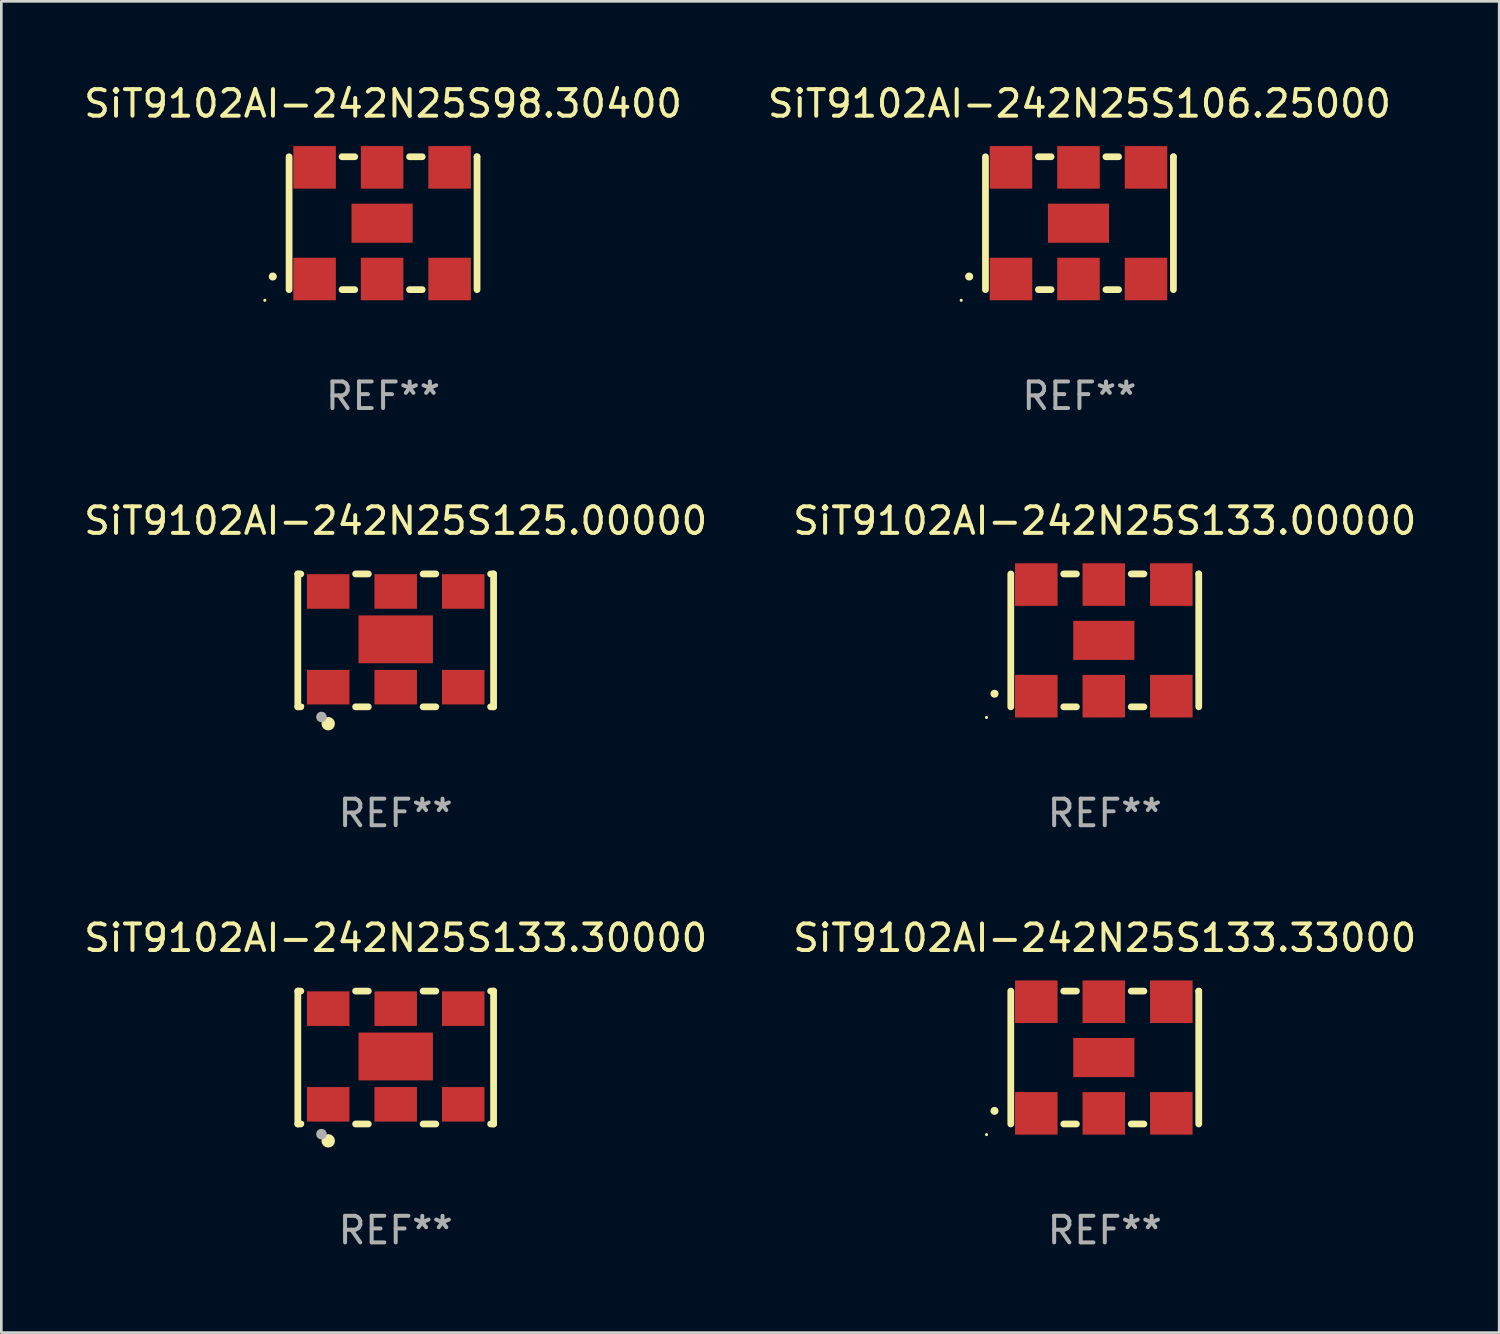
<source format=kicad_pcb>
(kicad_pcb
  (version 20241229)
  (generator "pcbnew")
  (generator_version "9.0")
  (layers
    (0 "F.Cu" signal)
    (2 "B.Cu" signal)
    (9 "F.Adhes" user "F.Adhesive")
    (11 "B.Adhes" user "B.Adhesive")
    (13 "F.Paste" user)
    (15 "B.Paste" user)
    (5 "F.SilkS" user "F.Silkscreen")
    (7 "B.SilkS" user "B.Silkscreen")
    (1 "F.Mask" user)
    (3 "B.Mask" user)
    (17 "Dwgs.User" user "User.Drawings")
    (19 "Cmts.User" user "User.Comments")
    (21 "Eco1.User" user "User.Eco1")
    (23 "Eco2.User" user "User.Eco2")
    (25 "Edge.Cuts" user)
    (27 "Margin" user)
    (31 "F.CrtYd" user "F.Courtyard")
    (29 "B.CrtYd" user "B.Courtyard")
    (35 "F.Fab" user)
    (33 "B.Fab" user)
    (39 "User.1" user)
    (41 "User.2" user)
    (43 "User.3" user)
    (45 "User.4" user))
  (footprint "SiT9102AI-242N25S125.00000"
    (layer "F.Cu")
    (at 11.839 21.045)
    (property "Reference" "SiT9102AI-242N25S125.00000" (at 0 -4.5 0) (layer "F.SilkS") (effects (font (size 1 1) (thickness 0.15))))
    (attr through_hole)
    (fp_line (start -3.683 -2.5) (end -3.571 -2.5) (stroke (width 0.254) (type solid)) (layer "F.SilkS"))
    (fp_line (start -3.683 2.5) (end -3.683 -2.5) (stroke (width 0.254) (type solid)) (layer "F.SilkS"))
    (fp_line (start -3.683 2.5) (end -3.571 2.5) (stroke (width 0.254) (type solid)) (layer "F.SilkS"))
    (fp_line (start -1.509 -2.5) (end -1.031 -2.5) (stroke (width 0.254) (type solid)) (layer "F.SilkS"))
    (fp_line (start -1.509 2.5) (end -1.031 2.5) (stroke (width 0.254) (type solid)) (layer "F.SilkS"))
    (fp_line (start 1.031 -2.5) (end 1.509 -2.5) (stroke (width 0.254) (type solid)) (layer "F.SilkS"))
    (fp_line (start 1.031 2.5) (end 1.509 2.5) (stroke (width 0.254) (type solid)) (layer "F.SilkS"))
    (fp_line (start 3.571 -2.5) (end 3.683 -2.5) (stroke (width 0.254) (type solid)) (layer "F.SilkS"))
    (fp_line (start 3.571 2.5) (end 3.683 2.5) (stroke (width 0.254) (type solid)) (layer "F.SilkS"))
    (fp_line (start 3.683 2.5) (end 3.683 -2.5) (stroke (width 0.254) (type solid)) (layer "F.SilkS"))
    (fp_circle (center -3.5 2.46) (end -3.47 2.46) (stroke (width 0.06) (type solid)) (fill no) (layer "F.SilkS"))
    (fp_circle (center -2.54 3.135) (end -2.413 3.135) (stroke (width 0.254) (type solid)) (fill no) (layer "F.SilkS"))
    (fp_circle (center -2.794 2.881) (end -2.694 2.881) (stroke (width 0.2) (type solid)) (fill no) (layer "F.Fab"))
    (fp_text user "REF**" (at 0 6.5 0) (layer "F.Fab") (effects (font (size 1 1) (thickness 0.15))))
    (pad "1" smd rect (at -2.54 1.76) (size 1.6 1.3) (layers "F.Cu" "F.Mask" "F.Paste"))
    (pad "2" smd rect (at 0 1.76) (size 1.6 1.3) (layers "F.Cu" "F.Mask" "F.Paste"))
    (pad "3" smd rect (at 2.54 1.76) (size 1.6 1.3) (layers "F.Cu" "F.Mask" "F.Paste"))
    (pad "4" smd rect (at 2.54 -1.84) (size 1.6 1.3) (layers "F.Cu" "F.Mask" "F.Paste"))
    (pad "5" smd rect (at 0 -1.84) (size 1.6 1.3) (layers "F.Cu" "F.Mask" "F.Paste"))
    (pad "6" smd rect (at -2.54 -1.84) (size 1.6 1.3) (layers "F.Cu" "F.Mask" "F.Paste"))
    (pad "7" smd rect (at 0 -0.04) (size 2.8 1.8) (layers "F.Cu" "F.Mask" "F.Paste")))
  (footprint "SiT9102AI-242N25S106.25000"
    (layer "F.Cu")
    (at 37.565 5.348)
    (property "Reference" "SiT9102AI-242N25S106.25000" (at 0 -4.5 0) (layer "F.SilkS") (effects (font (size 1 1) (thickness 0.15))))
    (attr through_hole)
    (fp_line (start -3.536 -2.5) (end -3.536 2.5) (stroke (width 0.254) (type solid)) (layer "F.SilkS"))
    (fp_line (start -1.544 2.5) (end -1.067 2.5) (stroke (width 0.254) (type solid)) (layer "F.SilkS"))
    (fp_line (start -1.067 -2.5) (end -1.544 -2.5) (stroke (width 0.254) (type solid)) (layer "F.SilkS"))
    (fp_line (start 0.996 2.5) (end 1.473 2.5) (stroke (width 0.254) (type solid)) (layer "F.SilkS"))
    (fp_line (start 1.473 -2.5) (end 0.996 -2.5) (stroke (width 0.254) (type solid)) (layer "F.SilkS"))
    (fp_line (start 3.536 -2.5) (end 3.536 -2.5) (stroke (width 0.254) (type solid)) (layer "F.SilkS"))
    (fp_line (start 3.536 2.5) (end 3.536 -2.5) (stroke (width 0.254) (type solid)) (layer "F.SilkS"))
    (fp_arc (start -4.150432 2.006604) (mid -4.149162 2.006599) (end -4.147892 2.006604) (stroke (width 0.3) (type solid)) (layer "F.SilkS"))
    (fp_circle (center -4.449 2.9) (end -4.419 2.9) (stroke (width 0.06) (type solid)) (fill no) (layer "F.SilkS"))
    (fp_text user "REF**" (at 0 6.5 0) (layer "F.Fab") (effects (font (size 1 1) (thickness 0.15))))
    (pad "1" smd rect (at -2.576 2.1) (size 1.6 1.6) (layers "F.Cu" "F.Mask" "F.Paste"))
    (pad "2" smd rect (at -0.036 2.1) (size 1.6 1.6) (layers "F.Cu" "F.Mask" "F.Paste"))
    (pad "3" smd rect (at 2.504 2.1) (size 1.6 1.6) (layers "F.Cu" "F.Mask" "F.Paste"))
    (pad "4" smd rect (at 2.504 -2.1) (size 1.6 1.6) (layers "F.Cu" "F.Mask" "F.Paste"))
    (pad "5" smd rect (at -0.036 -2.1) (size 1.6 1.6) (layers "F.Cu" "F.Mask" "F.Paste"))
    (pad "6" smd rect (at -2.576 -2.1) (size 1.6 1.6) (layers "F.Cu" "F.Mask" "F.Paste"))
    (pad "7" smd rect (at -0.036 0) (size 2.3 1.47) (layers "F.Cu" "F.Mask" "F.Paste")))
  (footprint "SiT9102AI-242N25S133.30000"
    (layer "F.Cu")
    (at 11.839 36.741)
    (property "Reference" "SiT9102AI-242N25S133.30000" (at 0 -4.5 0) (layer "F.SilkS") (effects (font (size 1 1) (thickness 0.15))))
    (attr through_hole)
    (fp_line (start -3.683 -2.5) (end -3.571 -2.5) (stroke (width 0.254) (type solid)) (layer "F.SilkS"))
    (fp_line (start -3.683 2.5) (end -3.683 -2.5) (stroke (width 0.254) (type solid)) (layer "F.SilkS"))
    (fp_line (start -3.683 2.5) (end -3.571 2.5) (stroke (width 0.254) (type solid)) (layer "F.SilkS"))
    (fp_line (start -1.509 -2.5) (end -1.031 -2.5) (stroke (width 0.254) (type solid)) (layer "F.SilkS"))
    (fp_line (start -1.509 2.5) (end -1.031 2.5) (stroke (width 0.254) (type solid)) (layer "F.SilkS"))
    (fp_line (start 1.031 -2.5) (end 1.509 -2.5) (stroke (width 0.254) (type solid)) (layer "F.SilkS"))
    (fp_line (start 1.031 2.5) (end 1.509 2.5) (stroke (width 0.254) (type solid)) (layer "F.SilkS"))
    (fp_line (start 3.571 -2.5) (end 3.683 -2.5) (stroke (width 0.254) (type solid)) (layer "F.SilkS"))
    (fp_line (start 3.571 2.5) (end 3.683 2.5) (stroke (width 0.254) (type solid)) (layer "F.SilkS"))
    (fp_line (start 3.683 2.5) (end 3.683 -2.5) (stroke (width 0.254) (type solid)) (layer "F.SilkS"))
    (fp_circle (center -3.5 2.46) (end -3.47 2.46) (stroke (width 0.06) (type solid)) (fill no) (layer "F.SilkS"))
    (fp_circle (center -2.54 3.135) (end -2.413 3.135) (stroke (width 0.254) (type solid)) (fill no) (layer "F.SilkS"))
    (fp_circle (center -2.794 2.881) (end -2.694 2.881) (stroke (width 0.2) (type solid)) (fill no) (layer "F.Fab"))
    (fp_text user "REF**" (at 0 6.5 0) (layer "F.Fab") (effects (font (size 1 1) (thickness 0.15))))
    (pad "1" smd rect (at -2.54 1.76) (size 1.6 1.3) (layers "F.Cu" "F.Mask" "F.Paste"))
    (pad "2" smd rect (at 0 1.76) (size 1.6 1.3) (layers "F.Cu" "F.Mask" "F.Paste"))
    (pad "3" smd rect (at 2.54 1.76) (size 1.6 1.3) (layers "F.Cu" "F.Mask" "F.Paste"))
    (pad "4" smd rect (at 2.54 -1.84) (size 1.6 1.3) (layers "F.Cu" "F.Mask" "F.Paste"))
    (pad "5" smd rect (at 0 -1.84) (size 1.6 1.3) (layers "F.Cu" "F.Mask" "F.Paste"))
    (pad "6" smd rect (at -2.54 -1.84) (size 1.6 1.3) (layers "F.Cu" "F.Mask" "F.Paste"))
    (pad "7" smd rect (at 0 -0.04) (size 2.8 1.8) (layers "F.Cu" "F.Mask" "F.Paste")))
  (footprint "SiT9102AI-242N25S133.33000"
    (layer "F.Cu")
    (at 38.518 36.741)
    (property "Reference" "SiT9102AI-242N25S133.33000" (at 0 -4.5 0) (layer "F.SilkS") (effects (font (size 1 1) (thickness 0.15))))
    (attr through_hole)
    (fp_line (start -3.536 -2.5) (end -3.536 2.5) (stroke (width 0.254) (type solid)) (layer "F.SilkS"))
    (fp_line (start -1.544 2.5) (end -1.067 2.5) (stroke (width 0.254) (type solid)) (layer "F.SilkS"))
    (fp_line (start -1.067 -2.5) (end -1.544 -2.5) (stroke (width 0.254) (type solid)) (layer "F.SilkS"))
    (fp_line (start 0.996 2.5) (end 1.473 2.5) (stroke (width 0.254) (type solid)) (layer "F.SilkS"))
    (fp_line (start 1.473 -2.5) (end 0.996 -2.5) (stroke (width 0.254) (type solid)) (layer "F.SilkS"))
    (fp_line (start 3.536 -2.5) (end 3.536 -2.5) (stroke (width 0.254) (type solid)) (layer "F.SilkS"))
    (fp_line (start 3.536 2.5) (end 3.536 -2.5) (stroke (width 0.254) (type solid)) (layer "F.SilkS"))
    (fp_arc (start -4.150432 2.006604) (mid -4.149162 2.006599) (end -4.147892 2.006604) (stroke (width 0.3) (type solid)) (layer "F.SilkS"))
    (fp_circle (center -4.449 2.9) (end -4.419 2.9) (stroke (width 0.06) (type solid)) (fill no) (layer "F.SilkS"))
    (fp_text user "REF**" (at 0 6.5 0) (layer "F.Fab") (effects (font (size 1 1) (thickness 0.15))))
    (pad "1" smd rect (at -2.576 2.1) (size 1.6 1.6) (layers "F.Cu" "F.Mask" "F.Paste"))
    (pad "2" smd rect (at -0.036 2.1) (size 1.6 1.6) (layers "F.Cu" "F.Mask" "F.Paste"))
    (pad "3" smd rect (at 2.504 2.1) (size 1.6 1.6) (layers "F.Cu" "F.Mask" "F.Paste"))
    (pad "4" smd rect (at 2.504 -2.1) (size 1.6 1.6) (layers "F.Cu" "F.Mask" "F.Paste"))
    (pad "5" smd rect (at -0.036 -2.1) (size 1.6 1.6) (layers "F.Cu" "F.Mask" "F.Paste"))
    (pad "6" smd rect (at -2.576 -2.1) (size 1.6 1.6) (layers "F.Cu" "F.Mask" "F.Paste"))
    (pad "7" smd rect (at -0.036 0) (size 2.3 1.47) (layers "F.Cu" "F.Mask" "F.Paste")))
  (footprint "SiT9102AI-242N25S98.30400"
    (layer "F.Cu")
    (at 11.363 5.348)
    (property "Reference" "SiT9102AI-242N25S98.30400" (at 0 -4.5 0) (layer "F.SilkS") (effects (font (size 1 1) (thickness 0.15))))
    (attr through_hole)
    (fp_line (start -3.536 -2.5) (end -3.536 2.5) (stroke (width 0.254) (type solid)) (layer "F.SilkS"))
    (fp_line (start -1.544 2.5) (end -1.067 2.5) (stroke (width 0.254) (type solid)) (layer "F.SilkS"))
    (fp_line (start -1.067 -2.5) (end -1.544 -2.5) (stroke (width 0.254) (type solid)) (layer "F.SilkS"))
    (fp_line (start 0.996 2.5) (end 1.473 2.5) (stroke (width 0.254) (type solid)) (layer "F.SilkS"))
    (fp_line (start 1.473 -2.5) (end 0.996 -2.5) (stroke (width 0.254) (type solid)) (layer "F.SilkS"))
    (fp_line (start 3.536 -2.5) (end 3.536 -2.5) (stroke (width 0.254) (type solid)) (layer "F.SilkS"))
    (fp_line (start 3.536 2.5) (end 3.536 -2.5) (stroke (width 0.254) (type solid)) (layer "F.SilkS"))
    (fp_arc (start -4.150432 2.006604) (mid -4.149162 2.006599) (end -4.147892 2.006604) (stroke (width 0.3) (type solid)) (layer "F.SilkS"))
    (fp_circle (center -4.449 2.9) (end -4.419 2.9) (stroke (width 0.06) (type solid)) (fill no) (layer "F.SilkS"))
    (fp_text user "REF**" (at 0 6.5 0) (layer "F.Fab") (effects (font (size 1 1) (thickness 0.15))))
    (pad "1" smd rect (at -2.576 2.1) (size 1.6 1.6) (layers "F.Cu" "F.Mask" "F.Paste"))
    (pad "2" smd rect (at -0.036 2.1) (size 1.6 1.6) (layers "F.Cu" "F.Mask" "F.Paste"))
    (pad "3" smd rect (at 2.504 2.1) (size 1.6 1.6) (layers "F.Cu" "F.Mask" "F.Paste"))
    (pad "4" smd rect (at 2.504 -2.1) (size 1.6 1.6) (layers "F.Cu" "F.Mask" "F.Paste"))
    (pad "5" smd rect (at -0.036 -2.1) (size 1.6 1.6) (layers "F.Cu" "F.Mask" "F.Paste"))
    (pad "6" smd rect (at -2.576 -2.1) (size 1.6 1.6) (layers "F.Cu" "F.Mask" "F.Paste"))
    (pad "7" smd rect (at -0.036 0) (size 2.3 1.47) (layers "F.Cu" "F.Mask" "F.Paste")))
  (footprint "SiT9102AI-242N25S133.00000"
    (layer "F.Cu")
    (at 38.518 21.045)
    (property "Reference" "SiT9102AI-242N25S133.00000" (at 0 -4.5 0) (layer "F.SilkS") (effects (font (size 1 1) (thickness 0.15))))
    (attr through_hole)
    (fp_line (start -3.536 -2.5) (end -3.536 2.5) (stroke (width 0.254) (type solid)) (layer "F.SilkS"))
    (fp_line (start -1.544 2.5) (end -1.067 2.5) (stroke (width 0.254) (type solid)) (layer "F.SilkS"))
    (fp_line (start -1.067 -2.5) (end -1.544 -2.5) (stroke (width 0.254) (type solid)) (layer "F.SilkS"))
    (fp_line (start 0.996 2.5) (end 1.473 2.5) (stroke (width 0.254) (type solid)) (layer "F.SilkS"))
    (fp_line (start 1.473 -2.5) (end 0.996 -2.5) (stroke (width 0.254) (type solid)) (layer "F.SilkS"))
    (fp_line (start 3.536 -2.5) (end 3.536 -2.5) (stroke (width 0.254) (type solid)) (layer "F.SilkS"))
    (fp_line (start 3.536 2.5) (end 3.536 -2.5) (stroke (width 0.254) (type solid)) (layer "F.SilkS"))
    (fp_arc (start -4.150432 2.006604) (mid -4.149162 2.006599) (end -4.147892 2.006604) (stroke (width 0.3) (type solid)) (layer "F.SilkS"))
    (fp_circle (center -4.449 2.9) (end -4.419 2.9) (stroke (width 0.06) (type solid)) (fill no) (layer "F.SilkS"))
    (fp_text user "REF**" (at 0 6.5 0) (layer "F.Fab") (effects (font (size 1 1) (thickness 0.15))))
    (pad "1" smd rect (at -2.576 2.1) (size 1.6 1.6) (layers "F.Cu" "F.Mask" "F.Paste"))
    (pad "2" smd rect (at -0.036 2.1) (size 1.6 1.6) (layers "F.Cu" "F.Mask" "F.Paste"))
    (pad "3" smd rect (at 2.504 2.1) (size 1.6 1.6) (layers "F.Cu" "F.Mask" "F.Paste"))
    (pad "4" smd rect (at 2.504 -2.1) (size 1.6 1.6) (layers "F.Cu" "F.Mask" "F.Paste"))
    (pad "5" smd rect (at -0.036 -2.1) (size 1.6 1.6) (layers "F.Cu" "F.Mask" "F.Paste"))
    (pad "6" smd rect (at -2.576 -2.1) (size 1.6 1.6) (layers "F.Cu" "F.Mask" "F.Paste"))
    (pad "7" smd rect (at -0.036 0) (size 2.3 1.47) (layers "F.Cu" "F.Mask" "F.Paste")))
  (gr_rect
    (start -3 -3)
    (end 53.357 47.09)
    (stroke (width 0.1) (type default))
    (fill no)
    (layer "Edge.Cuts")))
</source>
